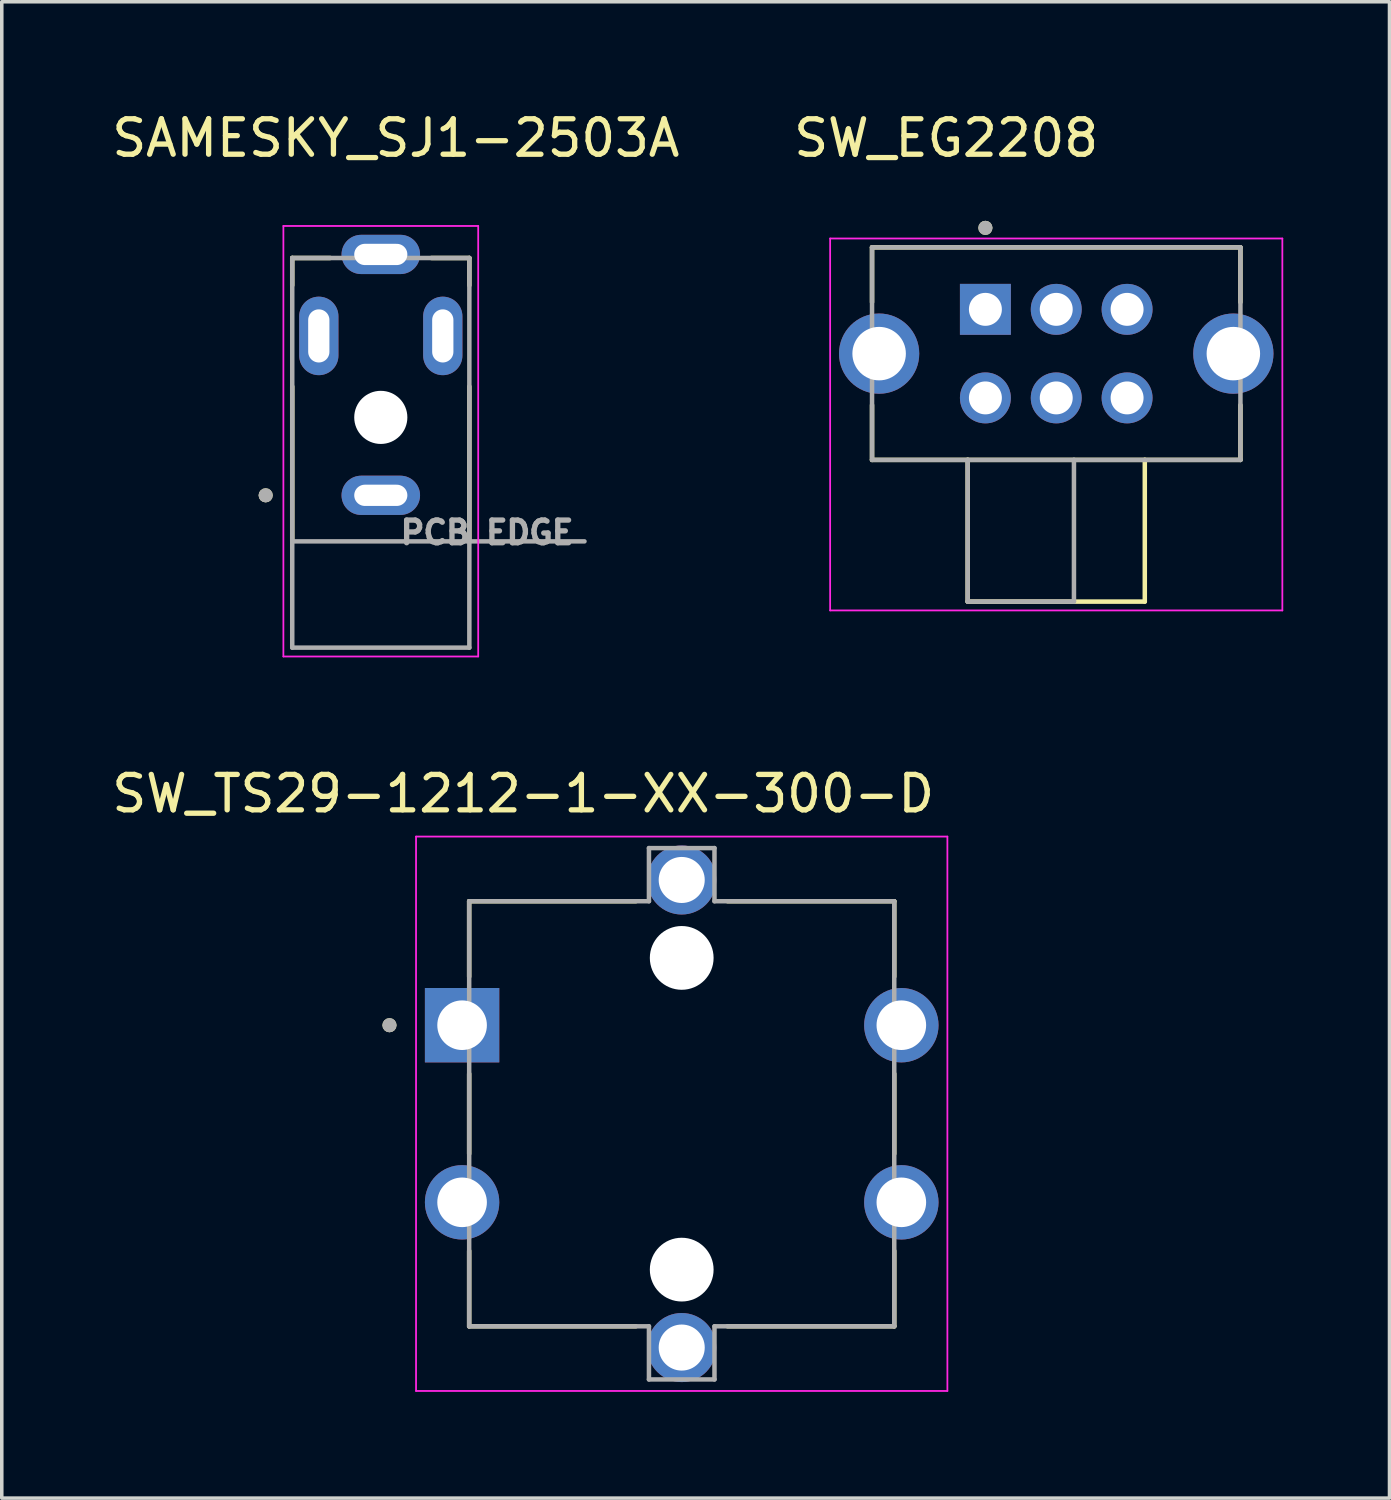
<source format=kicad_pcb>
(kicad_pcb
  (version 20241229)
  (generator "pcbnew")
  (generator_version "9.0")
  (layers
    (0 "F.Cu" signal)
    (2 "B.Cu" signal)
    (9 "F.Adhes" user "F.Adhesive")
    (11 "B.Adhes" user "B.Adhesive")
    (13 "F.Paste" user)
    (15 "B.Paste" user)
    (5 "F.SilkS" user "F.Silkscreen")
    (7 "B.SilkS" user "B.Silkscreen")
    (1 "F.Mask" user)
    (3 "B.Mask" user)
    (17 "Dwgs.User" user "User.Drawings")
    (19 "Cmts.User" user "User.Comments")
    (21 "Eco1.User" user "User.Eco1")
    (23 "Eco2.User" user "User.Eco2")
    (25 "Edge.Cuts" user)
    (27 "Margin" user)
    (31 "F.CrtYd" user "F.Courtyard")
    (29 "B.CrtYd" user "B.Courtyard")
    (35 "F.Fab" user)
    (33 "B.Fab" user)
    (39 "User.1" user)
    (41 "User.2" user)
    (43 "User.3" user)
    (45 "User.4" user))
  (footprint "SAMESKY_SJ1-2503A"
    (layer "F.Cu")
    (at 7.7 9.733)
    (property "Reference" "SAMESKY_SJ1-2503A" (at 0.425 -8.885 0) (layer "F.SilkS") (effects (font (size 1 1) (thickness 0.15))))
    (attr through_hole)
    (fp_line (start -2.5 -5.5) (end -2.5 -4.728) (stroke (width 0.127) (type solid)) (layer "F.SilkS"))
    (fp_line (start -2.5 2.5) (end -2.5 -1.872) (stroke (width 0.127) (type solid)) (layer "F.SilkS"))
    (fp_line (start -1.428 -5.5) (end -2.5 -5.5) (stroke (width 0.127) (type solid)) (layer "F.SilkS"))
    (fp_line (start 2.5 -5.5) (end 1.428 -5.5) (stroke (width 0.127) (type solid)) (layer "F.SilkS"))
    (fp_line (start 2.5 -4.728) (end 2.5 -5.5) (stroke (width 0.127) (type solid)) (layer "F.SilkS"))
    (fp_line (start 2.5 2.5) (end 2.5 -1.872) (stroke (width 0.127) (type solid)) (layer "F.SilkS"))
    (fp_circle (center -3.25 1.2) (end -3.15 1.2) (stroke (width 0.2) (type solid)) (fill no) (layer "F.SilkS"))
    (fp_line (start -2.75 -6.404) (end -2.75 5.75) (stroke (width 0.05) (type solid)) (layer "F.CrtYd"))
    (fp_line (start -2.75 5.75) (end 2.75 5.75) (stroke (width 0.05) (type solid)) (layer "F.CrtYd"))
    (fp_line (start 2.75 -6.404) (end -2.75 -6.404) (stroke (width 0.05) (type solid)) (layer "F.CrtYd"))
    (fp_line (start 2.75 5.75) (end 2.75 -6.404) (stroke (width 0.05) (type solid)) (layer "F.CrtYd"))
    (fp_line (start -2.5 -5.5) (end -2.5 2.5) (stroke (width 0.127) (type solid)) (layer "F.Fab"))
    (fp_line (start -2.5 2.5) (end -2.5 5.5) (stroke (width 0.127) (type solid)) (layer "F.Fab"))
    (fp_line (start -2.5 2.5) (end 2.5 2.5) (stroke (width 0.127) (type solid)) (layer "F.Fab"))
    (fp_line (start -2.5 5.5) (end 2.5 5.5) (stroke (width 0.127) (type solid)) (layer "F.Fab"))
    (fp_line (start 2.5 -5.5) (end -2.5 -5.5) (stroke (width 0.127) (type solid)) (layer "F.Fab"))
    (fp_line (start 2.5 2.5) (end 2.5 -5.5) (stroke (width 0.127) (type solid)) (layer "F.Fab"))
    (fp_line (start 2.5 2.5) (end 5.75 2.5) (stroke (width 0.127) (type solid)) (layer "F.Fab"))
    (fp_line (start 2.5 5.5) (end 2.5 2.5) (stroke (width 0.127) (type solid)) (layer "F.Fab"))
    (fp_circle (center -3.25 1.2) (end -3.15 1.2) (stroke (width 0.2) (type solid)) (fill no) (layer "F.Fab"))
    (fp_text user "PCB EDGE" (at 3 2.25 0) (layer "F.Fab") (effects (font (size 0.64 0.64) (thickness 0.15))))
    (pad "" np_thru_hole circle (at 0 -1) (size 1.5 1.5) (drill 1.5) (layers "*.Cu" "*.Mask"))
    (pad "1" thru_hole oval (at 0 1.2) (size 2.216 1.108) (drill oval 1.5 0.6) (layers "*.Cu" "*.Mask"))
    (pad "2" thru_hole oval (at 1.75 -3.3) (size 1.108 2.216) (drill oval 0.6 1.5) (layers "*.Cu" "*.Mask"))
    (pad "3" thru_hole oval (at -1.75 -3.3) (size 1.108 2.216) (drill oval 0.6 1.5) (layers "*.Cu" "*.Mask"))
    (pad "4" thru_hole oval (at 0 -5.6) (size 2.216 1.108) (drill oval 1.5 0.6) (layers "*.Cu" "*.Mask")))
  (footprint "SW_TS29-1212-1-XX-300-D"
    (layer "F.Cu")
    (at 16.195 28.392)
    (property "Reference" "SW_TS29-1212-1-XX-300-D" (at -4.475 -9.035 0) (layer "F.SilkS") (effects (font (size 1 1) (thickness 0.15))))
    (attr through_hole)
    (fp_line (start -6 -6) (end -6 -3.87) (stroke (width 0.127) (type solid)) (layer "F.SilkS"))
    (fp_line (start -6 1.13) (end -6 -1.13) (stroke (width 0.127) (type solid)) (layer "F.SilkS"))
    (fp_line (start -6 3.87) (end -6 6) (stroke (width 0.127) (type solid)) (layer "F.SilkS"))
    (fp_line (start -6 6) (end -1.295 6) (stroke (width 0.127) (type solid)) (layer "F.SilkS"))
    (fp_line (start -1.295 -6) (end -6 -6) (stroke (width 0.127) (type solid)) (layer "F.SilkS"))
    (fp_line (start 1.295 6) (end 6 6) (stroke (width 0.127) (type solid)) (layer "F.SilkS"))
    (fp_line (start 6 -6) (end 1.295 -6) (stroke (width 0.127) (type solid)) (layer "F.SilkS"))
    (fp_line (start 6 -6) (end 6 -3.87) (stroke (width 0.127) (type solid)) (layer "F.SilkS"))
    (fp_line (start 6 1.13) (end 6 -1.13) (stroke (width 0.127) (type solid)) (layer "F.SilkS"))
    (fp_line (start 6 6) (end 6 3.87) (stroke (width 0.127) (type solid)) (layer "F.SilkS"))
    (fp_circle (center -8.25 -2.5) (end -8.15 -2.5) (stroke (width 0.2) (type solid)) (fill no) (layer "F.SilkS"))
    (fp_line (start -7.5 -7.825) (end -7.5 7.825) (stroke (width 0.05) (type solid)) (layer "F.CrtYd"))
    (fp_line (start -7.5 7.825) (end 7.5 7.825) (stroke (width 0.05) (type solid)) (layer "F.CrtYd"))
    (fp_line (start 7.5 -7.825) (end -7.5 -7.825) (stroke (width 0.05) (type solid)) (layer "F.CrtYd"))
    (fp_line (start 7.5 7.825) (end 7.5 -7.825) (stroke (width 0.05) (type solid)) (layer "F.CrtYd"))
    (fp_line (start -6 -6) (end -6 6) (stroke (width 0.127) (type solid)) (layer "F.Fab"))
    (fp_line (start -6 6) (end -0.925 6) (stroke (width 0.127) (type solid)) (layer "F.Fab"))
    (fp_line (start -0.925 -7.5) (end -0.925 -6) (stroke (width 0.127) (type solid)) (layer "F.Fab"))
    (fp_line (start -0.925 -6) (end -6 -6) (stroke (width 0.127) (type solid)) (layer "F.Fab"))
    (fp_line (start -0.925 6) (end -0.925 7.5) (stroke (width 0.127) (type solid)) (layer "F.Fab"))
    (fp_line (start -0.925 7.5) (end 0.925 7.5) (stroke (width 0.127) (type solid)) (layer "F.Fab"))
    (fp_line (start 0.925 -7.5) (end -0.925 -7.5) (stroke (width 0.127) (type solid)) (layer "F.Fab"))
    (fp_line (start 0.925 -6) (end 0.925 -7.5) (stroke (width 0.127) (type solid)) (layer "F.Fab"))
    (fp_line (start 0.925 6) (end 6 6) (stroke (width 0.127) (type solid)) (layer "F.Fab"))
    (fp_line (start 0.925 7.5) (end 0.925 6) (stroke (width 0.127) (type solid)) (layer "F.Fab"))
    (fp_line (start 6 -6) (end 0.925 -6) (stroke (width 0.127) (type solid)) (layer "F.Fab"))
    (fp_line (start 6 6) (end 6 -6) (stroke (width 0.127) (type solid)) (layer "F.Fab"))
    (fp_circle (center -8.25 -2.5) (end -8.15 -2.5) (stroke (width 0.2) (type solid)) (fill no) (layer "F.Fab"))
    (pad "" np_thru_hole circle (at 0 -4.4) (size 1.8 1.8) (drill 1.8) (layers "*.Cu" "*.Mask"))
    (pad "" np_thru_hole circle (at 0 4.4) (size 1.8 1.8) (drill 1.8) (layers "*.Cu" "*.Mask"))
    (pad "1" thru_hole rect (at -6.2 -2.5) (size 2.1 2.1) (drill 1.4) (layers "*.Cu" "*.Mask"))
    (pad "2" thru_hole circle (at 6.2 -2.5) (size 2.1 2.1) (drill 1.4) (layers "*.Cu" "*.Mask"))
    (pad "3" thru_hole circle (at -6.2 2.5) (size 2.1 2.1) (drill 1.4) (layers "*.Cu" "*.Mask"))
    (pad "4" thru_hole circle (at 6.2 2.5) (size 2.1 2.1) (drill 1.4) (layers "*.Cu" "*.Mask"))
    (pad "5" thru_hole circle (at 0 -6.6) (size 1.95 1.95) (drill 1.3) (layers "*.Cu" "*.Mask"))
    (pad "6" thru_hole circle (at 0 6.6) (size 1.95 1.95) (drill 1.3) (layers "*.Cu" "*.Mask")))
  (footprint "SW_EG2208"
    (layer "F.Cu")
    (at 26.768 6.933)
    (property "Reference" "SW_EG2208" (at -3.107 -6.085 0) (layer "F.SilkS") (effects (font (size 1 1) (thickness 0.15))))
    (attr through_hole)
    (fp_line (start -5.2 -3) (end -5.2 -1.452) (stroke (width 0.127) (type solid)) (layer "F.SilkS"))
    (fp_line (start -5.2 3) (end -5.2 1.452) (stroke (width 0.127) (type solid)) (layer "F.SilkS"))
    (fp_line (start -5.2 3) (end -2.5 3) (stroke (width 0.127) (type solid)) (layer "F.SilkS"))
    (fp_line (start -2.5 3) (end -2.5 7) (stroke (width 0.127) (type solid)) (layer "F.SilkS"))
    (fp_line (start -2.5 3) (end 2.5 3) (stroke (width 0.127) (type solid)) (layer "F.SilkS"))
    (fp_line (start -2.5 7) (end 2.5 7) (stroke (width 0.127) (type solid)) (layer "F.SilkS"))
    (fp_line (start 2.5 3) (end 5.2 3) (stroke (width 0.127) (type solid)) (layer "F.SilkS"))
    (fp_line (start 2.5 7) (end 2.5 3) (stroke (width 0.127) (type solid)) (layer "F.SilkS"))
    (fp_line (start 5.2 -3) (end -5.2 -3) (stroke (width 0.127) (type solid)) (layer "F.SilkS"))
    (fp_line (start 5.2 -1.452) (end 5.2 -3) (stroke (width 0.127) (type solid)) (layer "F.SilkS"))
    (fp_line (start 5.2 3) (end 5.2 1.452) (stroke (width 0.127) (type solid)) (layer "F.SilkS"))
    (fp_circle (center -2 -3.55) (end -1.9 -3.55) (stroke (width 0.2) (type solid)) (fill no) (layer "F.SilkS"))
    (fp_line (start -6.383 -3.25) (end -6.383 7.25) (stroke (width 0.05) (type solid)) (layer "F.CrtYd"))
    (fp_line (start -6.383 7.25) (end 6.383 7.25) (stroke (width 0.05) (type solid)) (layer "F.CrtYd"))
    (fp_line (start 6.383 -3.25) (end -6.383 -3.25) (stroke (width 0.05) (type solid)) (layer "F.CrtYd"))
    (fp_line (start 6.383 7.25) (end 6.383 -3.25) (stroke (width 0.05) (type solid)) (layer "F.CrtYd"))
    (fp_line (start -5.2 -3) (end -5.2 3) (stroke (width 0.127) (type solid)) (layer "F.Fab"))
    (fp_line (start -5.2 3) (end -2.5 3) (stroke (width 0.127) (type solid)) (layer "F.Fab"))
    (fp_line (start -2.5 3) (end -2.5 7) (stroke (width 0.127) (type solid)) (layer "F.Fab"))
    (fp_line (start -2.5 3) (end 0.5 3) (stroke (width 0.127) (type solid)) (layer "F.Fab"))
    (fp_line (start -2.5 7) (end 0.5 7) (stroke (width 0.127) (type solid)) (layer "F.Fab"))
    (fp_line (start 0.5 3) (end 5.2 3) (stroke (width 0.127) (type solid)) (layer "F.Fab"))
    (fp_line (start 0.5 7) (end 0.5 3) (stroke (width 0.127) (type solid)) (layer "F.Fab"))
    (fp_line (start 5.2 -3) (end -5.2 -3) (stroke (width 0.127) (type solid)) (layer "F.Fab"))
    (fp_line (start 5.2 3) (end 5.2 -3) (stroke (width 0.127) (type solid)) (layer "F.Fab"))
    (fp_circle (center -2 -3.55) (end -1.9 -3.55) (stroke (width 0.2) (type solid)) (fill no) (layer "F.Fab"))
    (pad "1" thru_hole rect (at -2 -1.25) (size 1.438 1.438) (drill 0.93) (layers "*.Cu" "*.Mask"))
    (pad "2" thru_hole circle (at 0 -1.25) (size 1.438 1.438) (drill 0.93) (layers "*.Cu" "*.Mask"))
    (pad "3" thru_hole circle (at 2 -1.25) (size 1.438 1.438) (drill 0.93) (layers "*.Cu" "*.Mask"))
    (pad "4" thru_hole circle (at -2 1.25) (size 1.438 1.438) (drill 0.93) (layers "*.Cu" "*.Mask"))
    (pad "5" thru_hole circle (at 0 1.25) (size 1.438 1.438) (drill 0.93) (layers "*.Cu" "*.Mask"))
    (pad "6" thru_hole circle (at 2 1.25) (size 1.438 1.438) (drill 0.93) (layers "*.Cu" "*.Mask"))
    (pad "S1" thru_hole circle (at -5 0) (size 2.265 2.265) (drill 1.51) (layers "*.Cu" "*.Mask"))
    (pad "S2" thru_hole circle (at 5 0) (size 2.265 2.265) (drill 1.51) (layers "*.Cu" "*.Mask")))
  (gr_rect
    (start -3 -3)
    (end 36.176 39.242)
    (stroke (width 0.1) (type default))
    (fill no)
    (layer "Edge.Cuts")))
</source>
